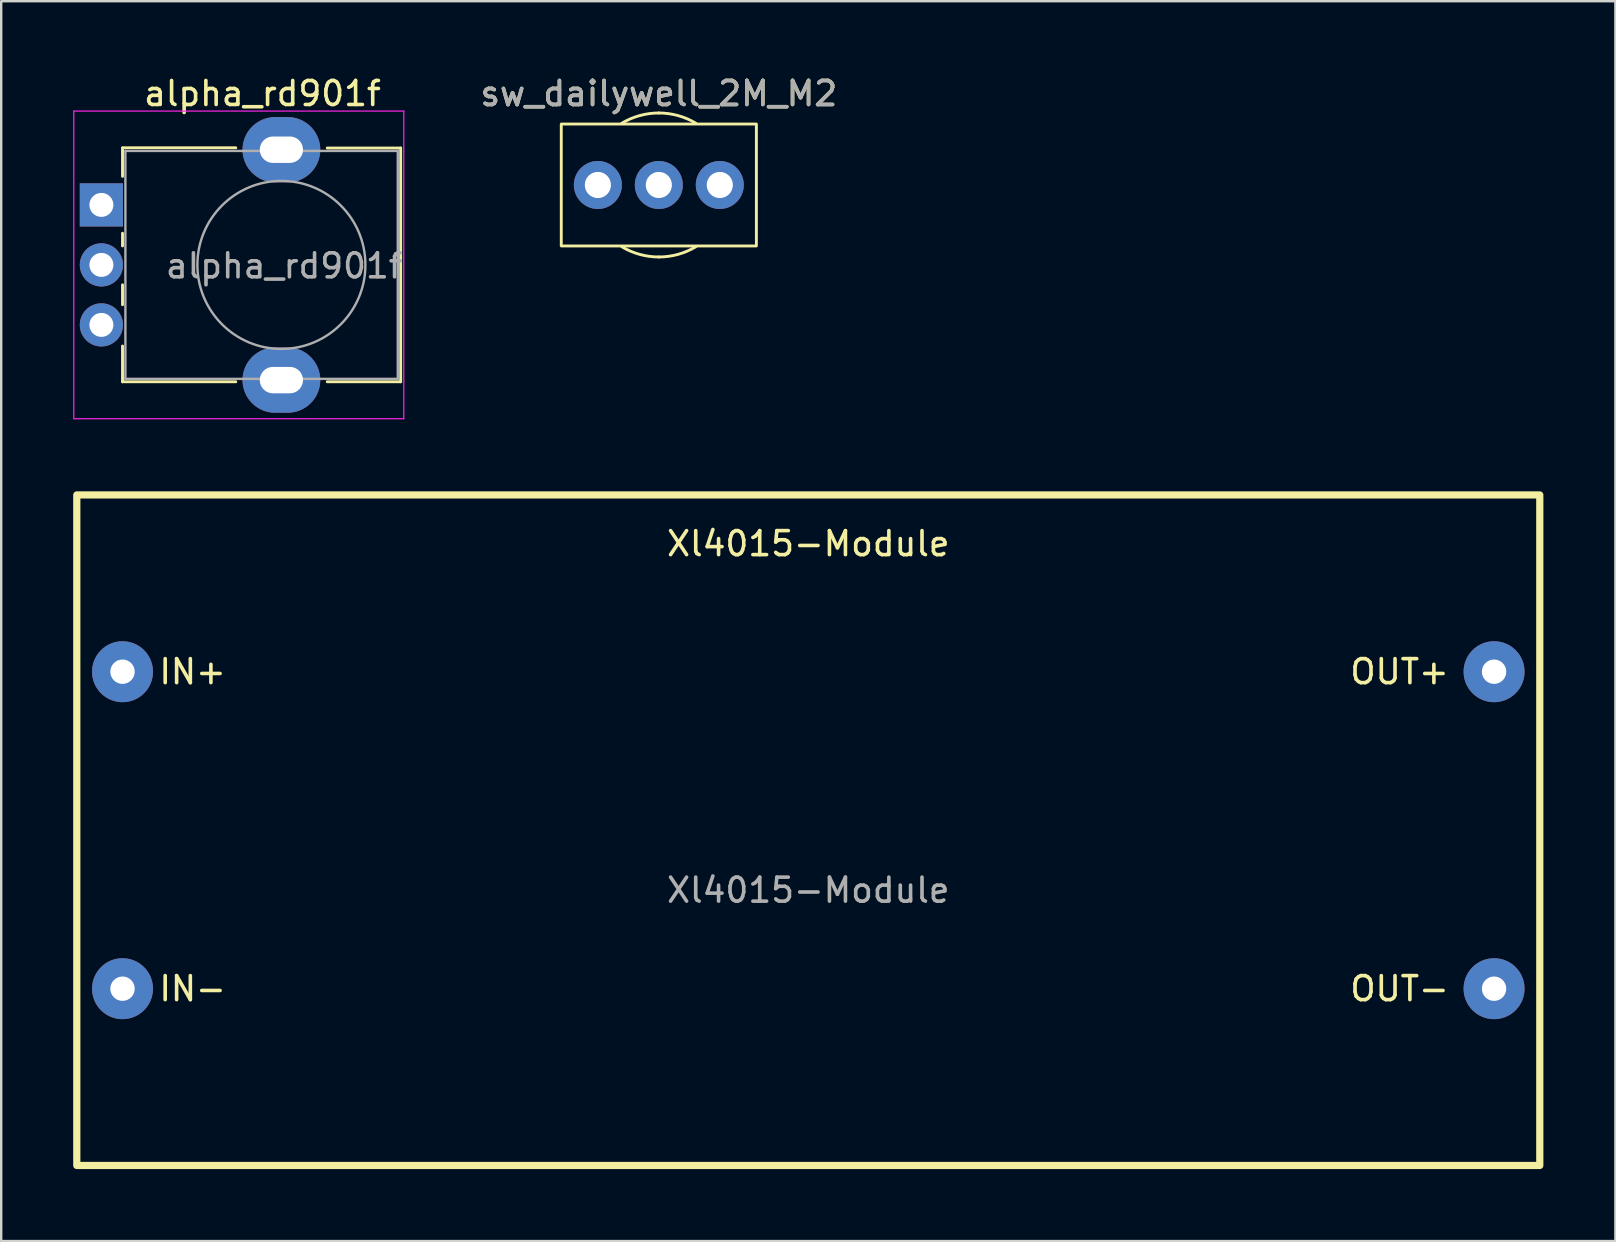
<source format=kicad_pcb>
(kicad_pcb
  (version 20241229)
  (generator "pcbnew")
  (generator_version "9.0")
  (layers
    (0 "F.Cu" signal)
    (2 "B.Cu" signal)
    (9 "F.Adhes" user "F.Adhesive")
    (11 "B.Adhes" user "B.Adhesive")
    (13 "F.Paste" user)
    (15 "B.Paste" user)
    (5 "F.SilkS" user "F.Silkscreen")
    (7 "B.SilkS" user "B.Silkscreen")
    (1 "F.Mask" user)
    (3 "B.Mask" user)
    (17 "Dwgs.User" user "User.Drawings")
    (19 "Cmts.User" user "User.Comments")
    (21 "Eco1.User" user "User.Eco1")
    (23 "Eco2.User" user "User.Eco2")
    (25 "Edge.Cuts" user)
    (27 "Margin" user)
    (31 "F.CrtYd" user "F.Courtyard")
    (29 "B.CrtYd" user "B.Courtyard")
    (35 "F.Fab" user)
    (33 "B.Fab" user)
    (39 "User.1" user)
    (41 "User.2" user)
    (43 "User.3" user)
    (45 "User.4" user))
  (footprint "Xl4015-Module"
    (layer "F.Cu")
    (at 30.63 31.543)
    (property "Reference" "Xl4015-Module" (at 0 -11.938 0) (unlocked yes) (layer "F.SilkS") (effects (font (size 1 1) (thickness 0.15))))
    (attr through_hole)
    (fp_rect (start -30.48 -13.97) (end 30.48 13.97) (stroke (width 0.3) (type solid)) (fill no) (layer "F.SilkS"))
    (fp_text user "OUT+" (at 24.638 -6.604 0) (unlocked yes) (layer "F.SilkS") (effects (font (size 1 1) (thickness 0.15))))
    (fp_text user "IN+" (at -25.654 -6.604 0) (unlocked yes) (layer "F.SilkS") (effects (font (size 1 1) (thickness 0.15))))
    (fp_text user "IN-" (at -25.654 6.604 0) (unlocked yes) (layer "F.SilkS") (effects (font (size 1 1) (thickness 0.15))))
    (fp_text user "OUT-" (at 24.638 6.604 0) (unlocked yes) (layer "F.SilkS") (effects (font (size 1 1) (thickness 0.15))))
    (fp_text user "${REFERENCE}" (at 0 2.5 0) (unlocked yes) (layer "F.Fab") (effects (font (size 1 1) (thickness 0.15))))
    (pad "1" thru_hole circle (at -28.575 -6.604) (size 2.54 2.54) (drill 1.016) (layers "*.Cu" "*.Mask"))
    (pad "2" thru_hole circle (at -28.575 6.604) (size 2.54 2.54) (drill 1.016) (layers "*.Cu" "*.Mask"))
    (pad "3" thru_hole circle (at 28.575 -6.604) (size 2.54 2.54) (drill 1.016) (layers "*.Cu" "*.Mask"))
    (pad "4" thru_hole circle (at 28.575 6.604) (size 2.54 2.54) (drill 1.016) (layers "*.Cu" "*.Mask")))
  (footprint "sw_dailywell_2M_M2"
    (layer "F.Cu")
    (at 24.402 4.658)
    (property "Reference" "sw_dailywell_2M_M2" (at 0 -3.81 0) (unlocked yes) (layer "F.SilkS") (effects (font (size 1 1) (thickness 0.15))))
    (attr through_hole)
    (fp_rect (start -4.065 -2.54) (end 4.065 2.54) (stroke (width 0.12) (type solid)) (fill no) (layer "F.SilkS"))
    (fp_arc (start -1.543483 -2.572479) (mid -0.800797 -2.891145) (end 0.000004 -3) (stroke (width 0.12) (type solid)) (layer "F.SilkS"))
    (fp_arc (start 0 -3) (mid 0.800801 -2.891145) (end 1.543487 -2.572479) (stroke (width 0.12) (type solid)) (layer "F.SilkS"))
    (fp_arc (start 0.000002 2.999993) (mid -0.800799 2.891138) (end -1.543485 2.572472) (stroke (width 0.12) (type solid)) (layer "F.SilkS"))
    (fp_arc (start 1.543485 2.572472) (mid 0.800799 2.891138) (end -0.000002 2.999993) (stroke (width 0.12) (type solid)) (layer "F.SilkS"))
    (fp_text user "${REFERENCE}" (at 0 -3.81 0) (unlocked yes) (layer "F.Fab") (effects (font (size 1 1) (thickness 0.15))))
    (pad "1" thru_hole circle (at -2.54 0) (size 2 2) (drill 1.09) (layers "*.Cu" "*.Mask"))
    (pad "2" thru_hole circle (at 0 0) (size 2 2) (drill 1.09) (layers "*.Cu" "*.Mask"))
    (pad "3" thru_hole circle (at 2.54 0) (size 2 2) (drill 1.09) (layers "*.Cu" "*.Mask")))
  (footprint "alpha_rd901f"
    (layer "F.Cu")
    (at 8.675 7.988)
    (property "Reference" "alpha_rd901f" (at -0.79 -7.14 180) (layer "F.SilkS") (effects (font (size 1 1) (thickness 0.15))))
    (attr through_hole)
    (fp_line (start -6.62 -4.88) (end -1.9 -4.88) (stroke (width 0.12) (type solid)) (layer "F.SilkS"))
    (fp_line (start -6.62 -3.69) (end -6.62 -4.87) (stroke (width 0.12) (type solid)) (layer "F.SilkS"))
    (fp_line (start -6.62 -0.79) (end -6.62 -1.32) (stroke (width 0.12) (type solid)) (layer "F.SilkS"))
    (fp_line (start -6.62 1.66) (end -6.62 0.83) (stroke (width 0.12) (type solid)) (layer "F.SilkS"))
    (fp_line (start -6.62 4.87) (end -6.62 3.38) (stroke (width 0.12) (type solid)) (layer "F.SilkS"))
    (fp_line (start -6.62 4.87) (end -1.9 4.87) (stroke (width 0.12) (type solid)) (layer "F.SilkS"))
    (fp_line (start 1.91 -4.87) (end 4.97 -4.87) (stroke (width 0.12) (type solid)) (layer "F.SilkS"))
    (fp_line (start 1.91 4.87) (end 4.97 4.87) (stroke (width 0.12) (type solid)) (layer "F.SilkS"))
    (fp_line (start 4.97 4.87) (end 4.97 -4.87) (stroke (width 0.12) (type solid)) (layer "F.SilkS"))
    (fp_line (start -8.65 -6.41) (end -8.65 6.41) (stroke (width 0.05) (type solid)) (layer "F.CrtYd"))
    (fp_line (start -8.65 6.41) (end 5.1 6.41) (stroke (width 0.05) (type solid)) (layer "F.CrtYd"))
    (fp_line (start 5.1 -6.41) (end -8.65 -6.41) (stroke (width 0.05) (type solid)) (layer "F.CrtYd"))
    (fp_line (start 5.1 6.41) (end 5.1 -6.41) (stroke (width 0.05) (type solid)) (layer "F.CrtYd"))
    (fp_line (start -6.5 -4.75) (end 4.85 -4.75) (stroke (width 0.1) (type solid)) (layer "F.Fab"))
    (fp_line (start -6.5 4.75) (end -6.5 -4.75) (stroke (width 0.1) (type solid)) (layer "F.Fab"))
    (fp_line (start -6.5 4.75) (end 4.85 4.75) (stroke (width 0.1) (type solid)) (layer "F.Fab"))
    (fp_line (start 4.85 4.75) (end 4.85 -4.75) (stroke (width 0.1) (type solid)) (layer "F.Fab"))
    (fp_circle (center 0 0) (end 0 -3.5) (stroke (width 0.1) (type solid)) (fill no) (layer "F.Fab"))
    (fp_text user "${REFERENCE}" (at 0.12 0.04 0) (layer "F.Fab") (effects (font (size 1 1) (thickness 0.15))))
    (pad "" thru_hole oval (at 0 -4.8 90) (size 2.72 3.24) (drill oval 1.1 1.8) (layers "*.Cu" "*.Mask"))
    (pad "" thru_hole oval (at 0 4.8 90) (size 2.72 3.24) (drill oval 1.1 1.8) (layers "*.Cu" "*.Mask"))
    (pad "1" thru_hole rect (at -7.5 -2.5 90) (size 1.8 1.8) (drill 1) (layers "*.Cu" "*.Mask"))
    (pad "2" thru_hole circle (at -7.5 0 90) (size 1.8 1.8) (drill 1) (layers "*.Cu" "*.Mask"))
    (pad "3" thru_hole circle (at -7.5 2.5 90) (size 1.8 1.8) (drill 1) (layers "*.Cu" "*.Mask")))
  (gr_rect
    (start -3 -3)
    (end 64.26 48.663)
    (stroke (width 0.1) (type default))
    (fill no)
    (layer "Edge.Cuts")))
</source>
